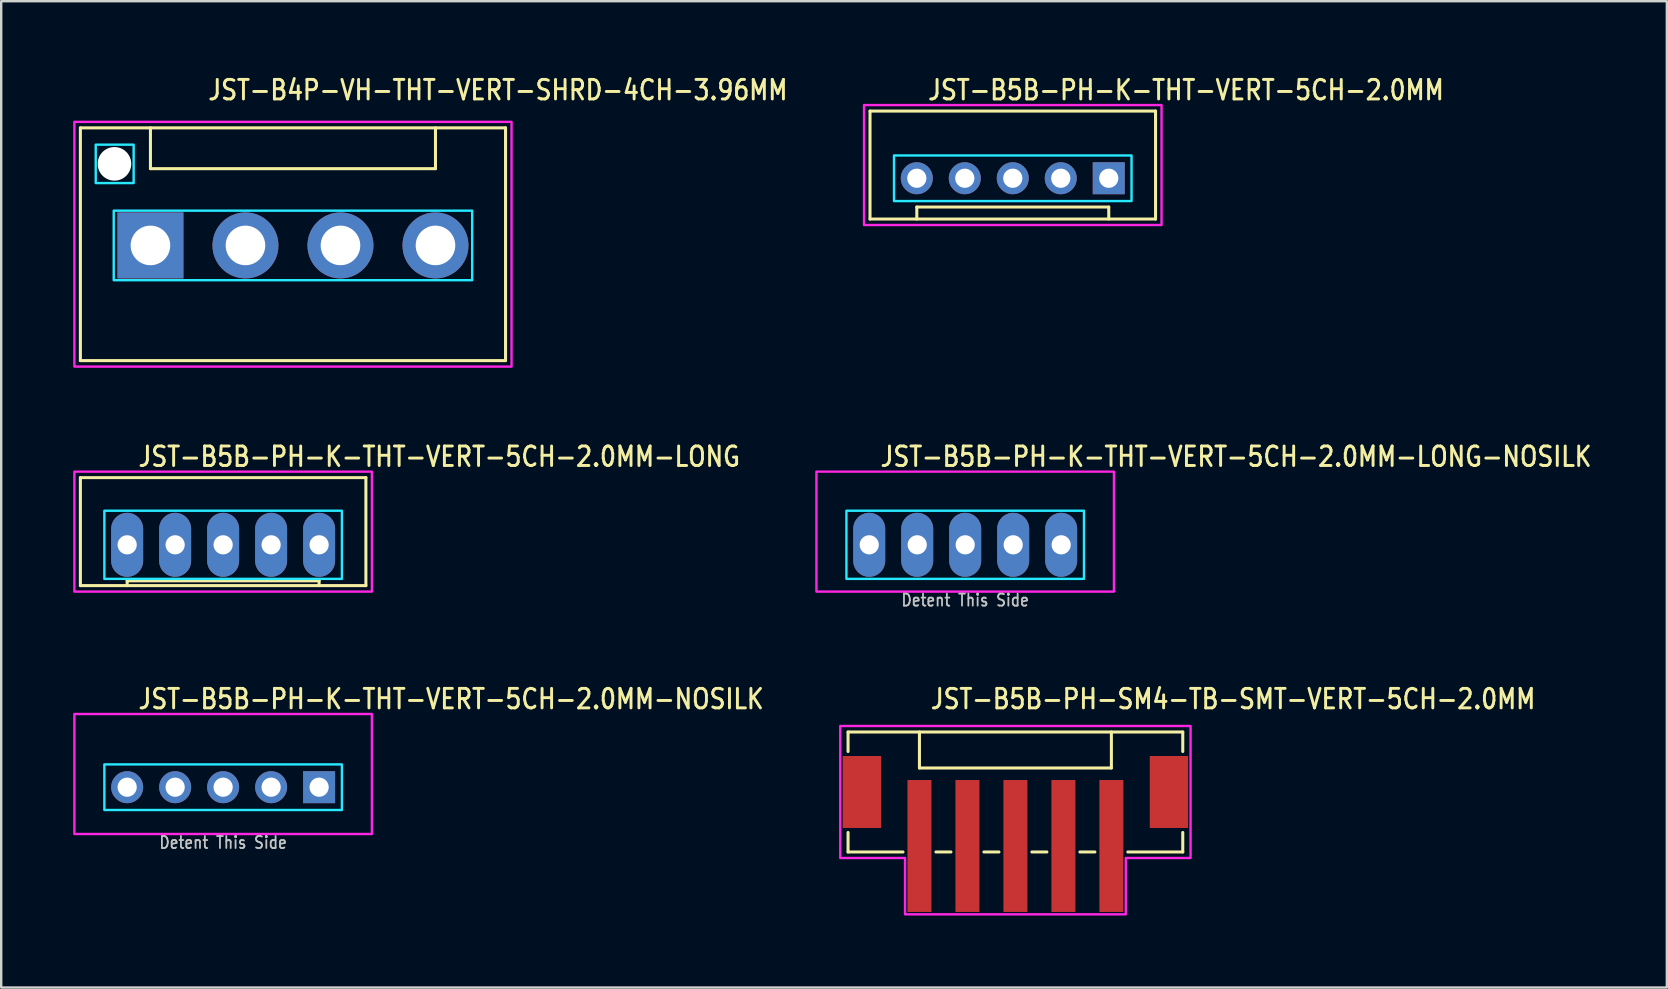
<source format=kicad_pcb>
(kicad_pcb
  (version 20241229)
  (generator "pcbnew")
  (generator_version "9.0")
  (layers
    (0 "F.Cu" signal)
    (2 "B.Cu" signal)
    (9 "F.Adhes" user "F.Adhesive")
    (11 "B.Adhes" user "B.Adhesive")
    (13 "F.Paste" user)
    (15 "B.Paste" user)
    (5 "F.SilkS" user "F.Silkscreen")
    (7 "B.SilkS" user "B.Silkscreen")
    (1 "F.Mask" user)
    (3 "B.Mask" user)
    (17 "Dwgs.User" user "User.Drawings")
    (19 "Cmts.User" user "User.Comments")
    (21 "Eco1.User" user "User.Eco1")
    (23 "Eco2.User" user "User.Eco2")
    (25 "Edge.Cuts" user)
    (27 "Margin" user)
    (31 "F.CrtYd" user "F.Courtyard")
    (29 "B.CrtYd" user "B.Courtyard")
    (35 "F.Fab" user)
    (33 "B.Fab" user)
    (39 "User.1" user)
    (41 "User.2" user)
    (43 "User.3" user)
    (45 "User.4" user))
  (footprint "JST-B4P-VH-THT-VERT-SHRD-4CH-3.96MM"
    (layer "F.Cu")
    (at 9.16 7.179)
    (property "Reference" "JST-B4P-VH-THT-VERT-SHRD-4CH-3.96MM" (at -3.6 -6 0) (unlocked yes) (layer "F.SilkS") (effects (font (size 0.813 0.695) (thickness 0.122)) (justify left bottom)))
    (fp_line (start -8.86 -4.9) (end 8.86 -4.9) (stroke (width 0.127) (type solid)) (layer "F.SilkS"))
    (fp_line (start -8.86 4.8) (end -8.86 -4.9) (stroke (width 0.127) (type solid)) (layer "F.SilkS"))
    (fp_line (start -8.86 4.8) (end 8.86 4.8) (stroke (width 0.127) (type solid)) (layer "F.SilkS"))
    (fp_line (start -5.94 -4.9) (end -5.94 -3.2) (stroke (width 0.127) (type solid)) (layer "F.SilkS"))
    (fp_line (start -5.94 -3.2) (end 5.94 -3.2) (stroke (width 0.127) (type solid)) (layer "F.SilkS"))
    (fp_line (start 5.94 -4.9) (end 5.94 -3.2) (stroke (width 0.127) (type solid)) (layer "F.SilkS"))
    (fp_line (start 8.86 -4.9) (end 8.86 4.8) (stroke (width 0.127) (type solid)) (layer "F.SilkS"))
    (fp_poly (pts (xy -7.47 -1.45) (xy -7.47 1.45) (xy 7.47 1.45) (xy 7.47 -1.45)) (stroke (width 0.1) (type solid)) (fill no) (layer "B.CrtYd"))
    (fp_poly (pts (xy -6.64 -4.2) (xy -6.64 -2.6) (xy -8.22 -2.6) (xy -8.22 -4.2)) (stroke (width 0.1) (type solid)) (fill no) (layer "B.CrtYd"))
    (fp_poly (pts (xy -9.11 -5.15) (xy -9.11 5.05) (xy 9.11 5.05) (xy 9.11 -5.15)) (stroke (width 0.1) (type solid)) (fill no) (layer "F.CrtYd"))
    (pad "" np_thru_hole circle (at -7.44 -3.4) (size 1.4 1.4) (drill 1.4) (layers "*.Cu" "*.Mask"))
    (pad "1" thru_hole rect (at -5.94 0) (size 2.75 2.75) (drill 1.65) (layers "*.Cu" "*.Mask"))
    (pad "2" thru_hole oval (at -1.98 0) (size 2.75 2.75) (drill 1.65) (layers "*.Cu" "*.Mask"))
    (pad "3" thru_hole oval (at 1.98 0) (size 2.75 2.75) (drill 1.65) (layers "*.Cu" "*.Mask"))
    (pad "4" thru_hole oval (at 5.94 0) (size 2.75 2.75) (drill 1.65) (layers "*.Cu" "*.Mask")))
  (footprint "JST-B5B-PH-K-THT-VERT-5CH-2.0MM-NOSILK"
    (layer "F.Cu")
    (at 6.25 29.759)
    (property "Reference" "JST-B5B-PH-K-THT-VERT-5CH-2.0MM-NOSILK" (at -3.6 -3.2 0) (unlocked yes) (layer "F.SilkS") (effects (font (size 0.813 0.695) (thickness 0.122)) (justify left bottom)))
    (fp_poly (pts (xy -4.95 -0.95) (xy -4.95 0.95) (xy 4.95 0.95) (xy 4.95 -0.95)) (stroke (width 0.1) (type solid)) (fill no) (layer "B.CrtYd"))
    (fp_poly (pts (xy -6.2 1.95) (xy -6.2 -3.05) (xy 6.2 -3.05) (xy 6.2 1.95)) (stroke (width 0.1) (type solid)) (fill no) (layer "F.CrtYd"))
    (fp_text user "Detent This Side" (at 0 2.6 0) (unlocked yes) (layer "Dwgs.User") (effects (font (size 0.5 0.427) (thickness 0.075)) (justify bottom)))
    (pad "1" thru_hole rect (at 4 0) (size 1.333 1.333) (drill 0.8) (layers "*.Cu" "*.Mask"))
    (pad "2" thru_hole oval (at 2 0) (size 1.333 1.333) (drill 0.8) (layers "*.Cu" "*.Mask"))
    (pad "3" thru_hole oval (at 0 0) (size 1.333 1.333) (drill 0.8) (layers "*.Cu" "*.Mask"))
    (pad "4" thru_hole oval (at -2 0) (size 1.333 1.333) (drill 0.8) (layers "*.Cu" "*.Mask"))
    (pad "5" thru_hole oval (at -4 0) (size 1.333 1.333) (drill 0.8) (layers "*.Cu" "*.Mask")))
  (footprint "JST-B5B-PH-K-THT-VERT-5CH-2.0MM-LONG"
    (layer "F.Cu")
    (at 6.25 19.657)
    (property "Reference" "JST-B5B-PH-K-THT-VERT-5CH-2.0MM-LONG" (at -3.6 -3.2 0) (unlocked yes) (layer "F.SilkS") (effects (font (size 0.813 0.695) (thickness 0.122)) (justify left bottom)))
    (fp_line (start -5.95 -2.8) (end -5.95 1.7) (stroke (width 0.127) (type solid)) (layer "F.SilkS"))
    (fp_line (start -5.95 -2.8) (end 5.95 -2.8) (stroke (width 0.127) (type solid)) (layer "F.SilkS"))
    (fp_line (start -5.95 1.7) (end 5.95 1.7) (stroke (width 0.127) (type solid)) (layer "F.SilkS"))
    (fp_line (start -4 1.7) (end -4 1.5) (stroke (width 0.127) (type solid)) (layer "F.SilkS"))
    (fp_line (start 4 1.5) (end -4 1.5) (stroke (width 0.127) (type solid)) (layer "F.SilkS"))
    (fp_line (start 4 1.7) (end 4 1.5) (stroke (width 0.127) (type solid)) (layer "F.SilkS"))
    (fp_line (start 5.95 1.7) (end 5.95 -2.8) (stroke (width 0.127) (type solid)) (layer "F.SilkS"))
    (fp_poly (pts (xy -4.95 -1.42) (xy -4.95 1.42) (xy 4.95 1.42) (xy 4.95 -1.42)) (stroke (width 0.1) (type solid)) (fill no) (layer "B.CrtYd"))
    (fp_poly (pts (xy -6.2 1.95) (xy -6.2 -3.05) (xy 6.2 -3.05) (xy 6.2 1.95)) (stroke (width 0.1) (type solid)) (fill no) (layer "F.CrtYd"))
    (pad "1" thru_hole oval (at 4 0 90) (size 2.667 1.333) (drill 0.8) (layers "*.Cu" "*.Mask"))
    (pad "2" thru_hole oval (at 2 0 90) (size 2.667 1.333) (drill 0.8) (layers "*.Cu" "*.Mask"))
    (pad "3" thru_hole oval (at 0 0 90) (size 2.667 1.333) (drill 0.8) (layers "*.Cu" "*.Mask"))
    (pad "4" thru_hole oval (at -2 0 90) (size 2.667 1.333) (drill 0.8) (layers "*.Cu" "*.Mask"))
    (pad "5" thru_hole oval (at -4 0 90) (size 2.667 1.333) (drill 0.8) (layers "*.Cu" "*.Mask")))
  (footprint "JST-B5B-PH-SM4-TB-SMT-VERT-5CH-2.0MM"
    (layer "F.Cu")
    (at 39.271 29.959)
    (property "Reference" "JST-B5B-PH-SM4-TB-SMT-VERT-5CH-2.0MM" (at -3.6 -3.4 0) (unlocked yes) (layer "F.SilkS") (effects (font (size 0.813 0.695) (thickness 0.122)) (justify left bottom)))
    (fp_line (start -6.975 -2.5) (end -6.975 -1.687) (stroke (width 0.127) (type solid)) (layer "F.SilkS"))
    (fp_line (start -6.975 -2.5) (end 6.975 -2.5) (stroke (width 0.127) (type solid)) (layer "F.SilkS"))
    (fp_line (start -6.975 2.5) (end -6.975 1.687) (stroke (width 0.127) (type solid)) (layer "F.SilkS"))
    (fp_line (start -6.975 2.5) (end -4.686 2.5) (stroke (width 0.127) (type solid)) (layer "F.SilkS"))
    (fp_line (start -4 -2.5) (end -4 -1) (stroke (width 0.127) (type solid)) (layer "F.SilkS"))
    (fp_line (start -4 -1) (end 4 -1) (stroke (width 0.127) (type solid)) (layer "F.SilkS"))
    (fp_line (start -3.313 2.5) (end -2.687 2.5) (stroke (width 0.127) (type solid)) (layer "F.SilkS"))
    (fp_line (start -1.313 2.5) (end -0.686 2.5) (stroke (width 0.127) (type solid)) (layer "F.SilkS"))
    (fp_line (start 0.686 2.5) (end 1.313 2.5) (stroke (width 0.127) (type solid)) (layer "F.SilkS"))
    (fp_line (start 2.687 2.5) (end 3.313 2.5) (stroke (width 0.127) (type solid)) (layer "F.SilkS"))
    (fp_line (start 4 -1) (end 4 -2.5) (stroke (width 0.127) (type solid)) (layer "F.SilkS"))
    (fp_line (start 4.686 2.5) (end 6.975 2.5) (stroke (width 0.127) (type solid)) (layer "F.SilkS"))
    (fp_line (start 6.975 -1.687) (end 6.975 -2.5) (stroke (width 0.127) (type solid)) (layer "F.SilkS"))
    (fp_line (start 6.975 1.687) (end 6.975 2.5) (stroke (width 0.127) (type solid)) (layer "F.SilkS"))
    (fp_poly (pts (xy -7.3 -2.75) (xy -7.3 2.75) (xy -4.6 2.75) (xy -4.6 5.1) (xy 4.6 5.1) (xy 4.6 2.75) (xy 7.3 2.75) (xy 7.3 -2.75)) (stroke (width 0.1) (type solid)) (fill no) (layer "F.CrtYd"))
    (pad "1" smd rect (at -4 2.25) (size 1 5.5) (layers "F.Cu" "F.Mask" "F.Paste"))
    (pad "2" smd rect (at -2 2.25) (size 1 5.5) (layers "F.Cu" "F.Mask" "F.Paste"))
    (pad "3" smd rect (at 0 2.25) (size 1 5.5) (layers "F.Cu" "F.Mask" "F.Paste"))
    (pad "4" smd rect (at 2 2.25) (size 1 5.5) (layers "F.Cu" "F.Mask" "F.Paste"))
    (pad "5" smd rect (at 4 2.25) (size 1 5.5) (layers "F.Cu" "F.Mask" "F.Paste"))
    (pad "S_1" smd rect (at -6.4 0) (size 1.6 3) (layers "F.Cu" "F.Mask" "F.Paste"))
    (pad "S_2" smd rect (at 6.4 0) (size 1.6 3) (layers "F.Cu" "F.Mask" "F.Paste")))
  (footprint "JST-B5B-PH-K-THT-VERT-5CH-2.0MM"
    (layer "F.Cu")
    (at 39.161 4.379)
    (property "Reference" "JST-B5B-PH-K-THT-VERT-5CH-2.0MM" (at -3.6 -3.2 0) (unlocked yes) (layer "F.SilkS") (effects (font (size 0.813 0.695) (thickness 0.122)) (justify left bottom)))
    (fp_line (start -5.95 -2.8) (end -5.95 1.7) (stroke (width 0.127) (type solid)) (layer "F.SilkS"))
    (fp_line (start -5.95 -2.8) (end 5.95 -2.8) (stroke (width 0.127) (type solid)) (layer "F.SilkS"))
    (fp_line (start -5.95 1.7) (end 5.95 1.7) (stroke (width 0.127) (type solid)) (layer "F.SilkS"))
    (fp_line (start -4 1.7) (end -4 1.2) (stroke (width 0.127) (type solid)) (layer "F.SilkS"))
    (fp_line (start 4 1.2) (end -4 1.2) (stroke (width 0.127) (type solid)) (layer "F.SilkS"))
    (fp_line (start 4 1.7) (end 4 1.2) (stroke (width 0.127) (type solid)) (layer "F.SilkS"))
    (fp_line (start 5.95 1.7) (end 5.95 -2.8) (stroke (width 0.127) (type solid)) (layer "F.SilkS"))
    (fp_poly (pts (xy -4.95 -0.95) (xy -4.95 0.95) (xy 4.95 0.95) (xy 4.95 -0.95)) (stroke (width 0.1) (type solid)) (fill no) (layer "B.CrtYd"))
    (fp_poly (pts (xy -6.2 1.95) (xy -6.2 -3.05) (xy 6.2 -3.05) (xy 6.2 1.95)) (stroke (width 0.1) (type solid)) (fill no) (layer "F.CrtYd"))
    (pad "1" thru_hole rect (at 4 0) (size 1.333 1.333) (drill 0.8) (layers "*.Cu" "*.Mask"))
    (pad "2" thru_hole oval (at 2 0) (size 1.333 1.333) (drill 0.8) (layers "*.Cu" "*.Mask"))
    (pad "3" thru_hole oval (at 0 0) (size 1.333 1.333) (drill 0.8) (layers "*.Cu" "*.Mask"))
    (pad "4" thru_hole oval (at -2 0) (size 1.333 1.333) (drill 0.8) (layers "*.Cu" "*.Mask"))
    (pad "5" thru_hole oval (at -4 0) (size 1.333 1.333) (drill 0.8) (layers "*.Cu" "*.Mask")))
  (footprint "JST-B5B-PH-K-THT-VERT-5CH-2.0MM-LONG-NOSILK"
    (layer "F.Cu")
    (at 37.178 19.657)
    (property "Reference" "JST-B5B-PH-K-THT-VERT-5CH-2.0MM-LONG-NOSILK" (at -3.6 -3.2 0) (unlocked yes) (layer "F.SilkS") (effects (font (size 0.813 0.695) (thickness 0.122)) (justify left bottom)))
    (fp_poly (pts (xy -4.95 -1.42) (xy -4.95 1.42) (xy 4.95 1.42) (xy 4.95 -1.42)) (stroke (width 0.1) (type solid)) (fill no) (layer "B.CrtYd"))
    (fp_poly (pts (xy -6.2 1.95) (xy -6.2 -3.05) (xy 6.2 -3.05) (xy 6.2 1.95)) (stroke (width 0.1) (type solid)) (fill no) (layer "F.CrtYd"))
    (fp_text user "Detent This Side" (at 0 2.6 0) (unlocked yes) (layer "Dwgs.User") (effects (font (size 0.5 0.427) (thickness 0.075)) (justify bottom)))
    (pad "1" thru_hole oval (at 4 0 90) (size 2.667 1.333) (drill 0.8) (layers "*.Cu" "*.Mask"))
    (pad "2" thru_hole oval (at 2 0 90) (size 2.667 1.333) (drill 0.8) (layers "*.Cu" "*.Mask"))
    (pad "3" thru_hole oval (at 0 0 90) (size 2.667 1.333) (drill 0.8) (layers "*.Cu" "*.Mask"))
    (pad "4" thru_hole oval (at -2 0 90) (size 2.667 1.333) (drill 0.8) (layers "*.Cu" "*.Mask"))
    (pad "5" thru_hole oval (at -4 0 90) (size 2.667 1.333) (drill 0.8) (layers "*.Cu" "*.Mask")))
  (gr_rect
    (start -3 -3)
    (end 66.422 38.109)
    (stroke (width 0.1) (type default))
    (fill no)
    (layer "Edge.Cuts")))
</source>
